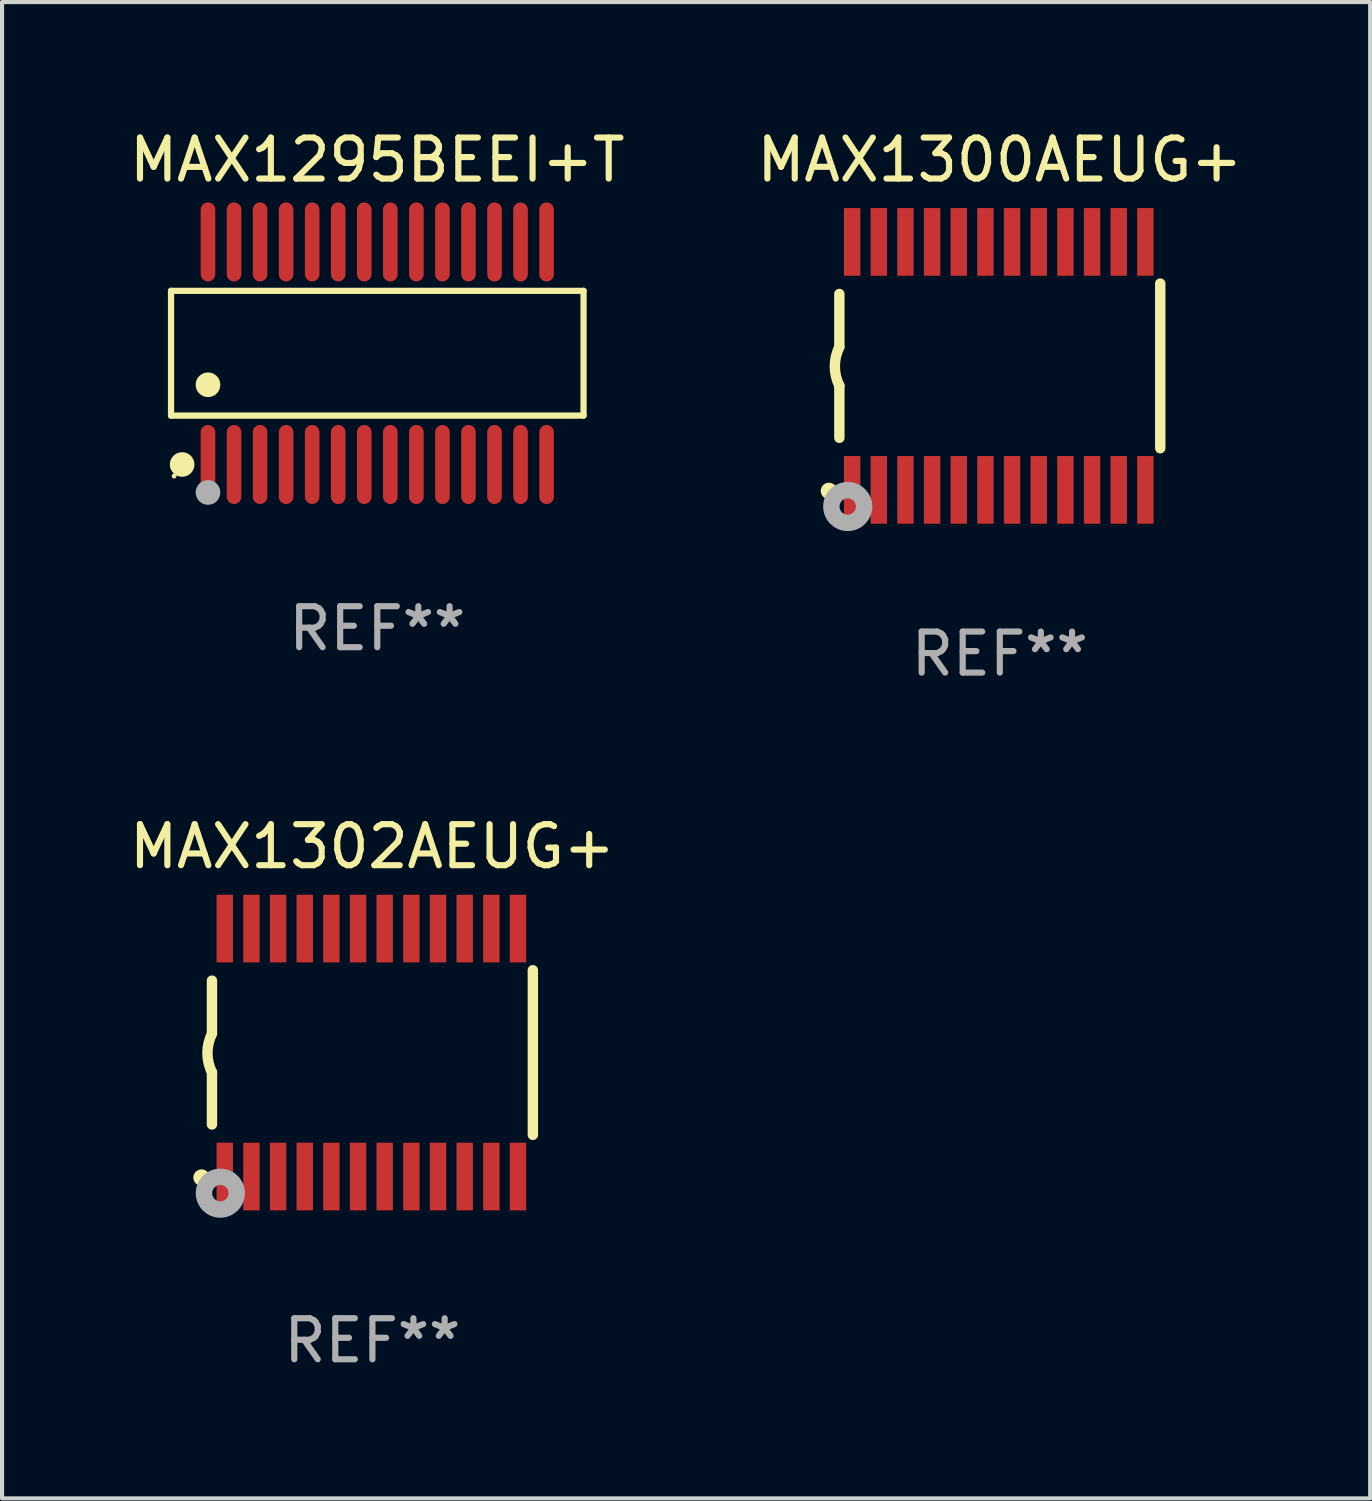
<source format=kicad_pcb>
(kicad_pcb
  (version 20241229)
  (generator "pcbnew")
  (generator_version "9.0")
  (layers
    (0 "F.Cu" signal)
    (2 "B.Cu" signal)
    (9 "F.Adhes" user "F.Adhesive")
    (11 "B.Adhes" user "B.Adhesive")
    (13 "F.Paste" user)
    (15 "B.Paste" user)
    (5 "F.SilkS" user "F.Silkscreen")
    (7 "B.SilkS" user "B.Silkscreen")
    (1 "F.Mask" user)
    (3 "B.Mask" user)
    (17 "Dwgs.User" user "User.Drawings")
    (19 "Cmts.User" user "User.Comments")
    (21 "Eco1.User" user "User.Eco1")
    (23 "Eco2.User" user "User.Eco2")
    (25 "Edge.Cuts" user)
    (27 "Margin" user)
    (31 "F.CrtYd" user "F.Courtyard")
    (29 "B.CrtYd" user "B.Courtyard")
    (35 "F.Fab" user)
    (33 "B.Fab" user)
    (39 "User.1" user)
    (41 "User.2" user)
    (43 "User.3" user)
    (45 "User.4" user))
  (footprint "MAX1295BEEI+T"
    (layer "F.Cu")
    (at 6.149 5.562)
    (property "Reference" "MAX1295BEEI+T" (at 0 -4.713 0) (layer "F.SilkS") (effects (font (size 1 1) (thickness 0.15))))
    (attr through_hole)
    (fp_line (start -5.029 -1.521) (end 5.029 -1.521) (stroke (width 0.152) (type solid)) (layer "F.SilkS"))
    (fp_line (start -5.029 1.521) (end -5.029 -1.521) (stroke (width 0.152) (type solid)) (layer "F.SilkS"))
    (fp_line (start 5.029 -1.521) (end 5.029 1.521) (stroke (width 0.152) (type solid)) (layer "F.SilkS"))
    (fp_line (start 5.029 1.521) (end -5.029 1.521) (stroke (width 0.152) (type solid)) (layer "F.SilkS"))
    (fp_circle (center -4.953 2.995) (end -4.923 2.995) (stroke (width 0.06) (type solid)) (fill no) (layer "F.SilkS"))
    (fp_circle (center -4.758 2.713) (end -4.608 2.713) (stroke (width 0.3) (type solid)) (fill no) (layer "F.SilkS"))
    (fp_circle (center -4.128 0.769) (end -3.977 0.769) (stroke (width 0.3) (type solid)) (fill no) (layer "F.SilkS"))
    (fp_circle (center -4.128 3.395) (end -3.977 3.395) (stroke (width 0.3) (type solid)) (fill no) (layer "F.Fab"))
    (fp_text user "REF**" (at 0 6.713 0) (layer "F.Fab") (effects (font (size 1 1) (thickness 0.15))))
    (pad "1" smd oval (at -4.128 2.713) (size 0.356 1.927) (layers "F.Cu" "F.Mask" "F.Paste"))
    (pad "2" smd oval (at -3.493 2.713) (size 0.356 1.927) (layers "F.Cu" "F.Mask" "F.Paste"))
    (pad "3" smd oval (at -2.858 2.713) (size 0.356 1.927) (layers "F.Cu" "F.Mask" "F.Paste"))
    (pad "4" smd oval (at -2.223 2.713) (size 0.356 1.927) (layers "F.Cu" "F.Mask" "F.Paste"))
    (pad "5" smd oval (at -1.588 2.713) (size 0.356 1.927) (layers "F.Cu" "F.Mask" "F.Paste"))
    (pad "6" smd oval (at -0.953 2.713) (size 0.356 1.927) (layers "F.Cu" "F.Mask" "F.Paste"))
    (pad "7" smd oval (at -0.318 2.713) (size 0.356 1.927) (layers "F.Cu" "F.Mask" "F.Paste"))
    (pad "8" smd oval (at 0.318 2.713) (size 0.356 1.927) (layers "F.Cu" "F.Mask" "F.Paste"))
    (pad "9" smd oval (at 0.953 2.713) (size 0.356 1.927) (layers "F.Cu" "F.Mask" "F.Paste"))
    (pad "10" smd oval (at 1.588 2.713) (size 0.356 1.927) (layers "F.Cu" "F.Mask" "F.Paste"))
    (pad "11" smd oval (at 2.223 2.713) (size 0.356 1.927) (layers "F.Cu" "F.Mask" "F.Paste"))
    (pad "12" smd oval (at 2.858 2.713) (size 0.356 1.927) (layers "F.Cu" "F.Mask" "F.Paste"))
    (pad "13" smd oval (at 3.493 2.713) (size 0.356 1.927) (layers "F.Cu" "F.Mask" "F.Paste"))
    (pad "14" smd oval (at 4.128 2.713) (size 0.356 1.927) (layers "F.Cu" "F.Mask" "F.Paste"))
    (pad "15" smd oval (at 4.128 -2.713) (size 0.356 1.927) (layers "F.Cu" "F.Mask" "F.Paste"))
    (pad "16" smd oval (at 3.493 -2.713) (size 0.356 1.927) (layers "F.Cu" "F.Mask" "F.Paste"))
    (pad "17" smd oval (at 2.858 -2.713) (size 0.356 1.927) (layers "F.Cu" "F.Mask" "F.Paste"))
    (pad "18" smd oval (at 2.223 -2.713) (size 0.356 1.927) (layers "F.Cu" "F.Mask" "F.Paste"))
    (pad "19" smd oval (at 1.588 -2.713) (size 0.356 1.927) (layers "F.Cu" "F.Mask" "F.Paste"))
    (pad "20" smd oval (at 0.953 -2.713) (size 0.356 1.927) (layers "F.Cu" "F.Mask" "F.Paste"))
    (pad "21" smd oval (at 0.318 -2.713) (size 0.356 1.927) (layers "F.Cu" "F.Mask" "F.Paste"))
    (pad "22" smd oval (at -0.318 -2.713) (size 0.356 1.927) (layers "F.Cu" "F.Mask" "F.Paste"))
    (pad "23" smd oval (at -0.953 -2.713) (size 0.356 1.927) (layers "F.Cu" "F.Mask" "F.Paste"))
    (pad "24" smd oval (at -1.588 -2.713) (size 0.356 1.927) (layers "F.Cu" "F.Mask" "F.Paste"))
    (pad "25" smd oval (at -2.223 -2.713) (size 0.356 1.927) (layers "F.Cu" "F.Mask" "F.Paste"))
    (pad "26" smd oval (at -2.858 -2.713) (size 0.356 1.927) (layers "F.Cu" "F.Mask" "F.Paste"))
    (pad "27" smd oval (at -3.493 -2.713) (size 0.356 1.927) (layers "F.Cu" "F.Mask" "F.Paste"))
    (pad "28" smd oval (at -4.128 -2.713) (size 0.356 1.927) (layers "F.Cu" "F.Mask" "F.Paste")))
  (footprint "MAX1302AEUG+"
    (layer "F.Cu")
    (at 6.03 22.613)
    (property "Reference" "MAX1302AEUG+" (at 0 -5.023 0) (layer "F.SilkS") (effects (font (size 1 1) (thickness 0.15))))
    (attr through_hole)
    (fp_line (start -3.912 -0.483) (end -3.912 -1.753) (stroke (width 0.254) (type solid)) (layer "F.SilkS"))
    (fp_line (start -3.912 1.753) (end -3.912 0.483) (stroke (width 0.254) (type solid)) (layer "F.SilkS"))
    (fp_line (start 3.912 -2.007) (end 3.912 2.007) (stroke (width 0.254) (type solid)) (layer "F.SilkS"))
    (fp_arc (start -3.911608 0.482601) (mid -4.022537 0.0127) (end -3.911608 -0.457201) (stroke (width 0.254001) (type solid)) (layer "F.SilkS"))
    (fp_circle (center -4.166 3.048) (end -4.066 3.048) (stroke (width 0.2) (type solid)) (fill no) (layer "F.SilkS"))
    (fp_circle (center -3.925 3.186) (end -3.895 3.186) (stroke (width 0.06) (type solid)) (fill no) (layer "F.SilkS"))
    (fp_circle (center -3.708 3.429) (end -3.509 3.429) (stroke (width 0.4) (type solid)) (fill no) (layer "F.Fab"))
    (fp_text user "REF**" (at 0 7.023 0) (layer "F.Fab") (effects (font (size 1 1) (thickness 0.15))))
    (pad "1" smd rect (at -3.6 3.023) (size 0.4 1.65) (layers "F.Cu" "F.Mask" "F.Paste"))
    (pad "2" smd rect (at -2.95 3.023) (size 0.4 1.65) (layers "F.Cu" "F.Mask" "F.Paste"))
    (pad "3" smd rect (at -2.3 3.023) (size 0.4 1.65) (layers "F.Cu" "F.Mask" "F.Paste"))
    (pad "4" smd rect (at -1.65 3.023) (size 0.4 1.65) (layers "F.Cu" "F.Mask" "F.Paste"))
    (pad "5" smd rect (at -1 3.023) (size 0.4 1.65) (layers "F.Cu" "F.Mask" "F.Paste"))
    (pad "6" smd rect (at -0.35 3.023) (size 0.4 1.65) (layers "F.Cu" "F.Mask" "F.Paste"))
    (pad "7" smd rect (at 0.299 3.023) (size 0.4 1.65) (layers "F.Cu" "F.Mask" "F.Paste"))
    (pad "8" smd rect (at 0.95 3.023) (size 0.4 1.65) (layers "F.Cu" "F.Mask" "F.Paste"))
    (pad "9" smd rect (at 1.6 3.023) (size 0.4 1.65) (layers "F.Cu" "F.Mask" "F.Paste"))
    (pad "10" smd rect (at 2.25 3.023) (size 0.4 1.65) (layers "F.Cu" "F.Mask" "F.Paste"))
    (pad "11" smd rect (at 2.9 3.023) (size 0.4 1.65) (layers "F.Cu" "F.Mask" "F.Paste"))
    (pad "12" smd rect (at 3.549 3.023) (size 0.4 1.65) (layers "F.Cu" "F.Mask" "F.Paste"))
    (pad "13" smd rect (at 3.549 -3.023) (size 0.4 1.65) (layers "F.Cu" "F.Mask" "F.Paste"))
    (pad "14" smd rect (at 2.9 -3.023) (size 0.4 1.65) (layers "F.Cu" "F.Mask" "F.Paste"))
    (pad "15" smd rect (at 2.25 -3.023) (size 0.4 1.65) (layers "F.Cu" "F.Mask" "F.Paste"))
    (pad "16" smd rect (at 1.6 -3.023) (size 0.4 1.65) (layers "F.Cu" "F.Mask" "F.Paste"))
    (pad "17" smd rect (at 0.95 -3.023) (size 0.4 1.65) (layers "F.Cu" "F.Mask" "F.Paste"))
    (pad "18" smd rect (at 0.299 -3.023) (size 0.4 1.65) (layers "F.Cu" "F.Mask" "F.Paste"))
    (pad "19" smd rect (at -0.35 -3.023) (size 0.4 1.65) (layers "F.Cu" "F.Mask" "F.Paste"))
    (pad "20" smd rect (at -1 -3.023) (size 0.4 1.65) (layers "F.Cu" "F.Mask" "F.Paste"))
    (pad "21" smd rect (at -1.65 -3.023) (size 0.4 1.65) (layers "F.Cu" "F.Mask" "F.Paste"))
    (pad "22" smd rect (at -2.3 -3.023) (size 0.4 1.65) (layers "F.Cu" "F.Mask" "F.Paste"))
    (pad "23" smd rect (at -2.95 -3.023) (size 0.4 1.65) (layers "F.Cu" "F.Mask" "F.Paste"))
    (pad "24" smd rect (at -3.6 -3.023) (size 0.4 1.65) (layers "F.Cu" "F.Mask" "F.Paste")))
  (footprint "MAX1300AEUG+"
    (layer "F.Cu")
    (at 21.327 5.871)
    (property "Reference" "MAX1300AEUG+" (at 0 -5.023 0) (layer "F.SilkS") (effects (font (size 1 1) (thickness 0.15))))
    (attr through_hole)
    (fp_line (start -3.912 -0.483) (end -3.912 -1.753) (stroke (width 0.254) (type solid)) (layer "F.SilkS"))
    (fp_line (start -3.912 1.753) (end -3.912 0.483) (stroke (width 0.254) (type solid)) (layer "F.SilkS"))
    (fp_line (start 3.912 -2.007) (end 3.912 2.007) (stroke (width 0.254) (type solid)) (layer "F.SilkS"))
    (fp_arc (start -3.911608 0.482601) (mid -4.022537 0.0127) (end -3.911608 -0.457201) (stroke (width 0.254001) (type solid)) (layer "F.SilkS"))
    (fp_circle (center -4.166 3.048) (end -4.066 3.048) (stroke (width 0.2) (type solid)) (fill no) (layer "F.SilkS"))
    (fp_circle (center -3.925 3.186) (end -3.895 3.186) (stroke (width 0.06) (type solid)) (fill no) (layer "F.SilkS"))
    (fp_circle (center -3.708 3.429) (end -3.509 3.429) (stroke (width 0.4) (type solid)) (fill no) (layer "F.Fab"))
    (fp_text user "REF**" (at 0 7.023 0) (layer "F.Fab") (effects (font (size 1 1) (thickness 0.15))))
    (pad "1" smd rect (at -3.6 3.023) (size 0.4 1.65) (layers "F.Cu" "F.Mask" "F.Paste"))
    (pad "2" smd rect (at -2.95 3.023) (size 0.4 1.65) (layers "F.Cu" "F.Mask" "F.Paste"))
    (pad "3" smd rect (at -2.3 3.023) (size 0.4 1.65) (layers "F.Cu" "F.Mask" "F.Paste"))
    (pad "4" smd rect (at -1.65 3.023) (size 0.4 1.65) (layers "F.Cu" "F.Mask" "F.Paste"))
    (pad "5" smd rect (at -1 3.023) (size 0.4 1.65) (layers "F.Cu" "F.Mask" "F.Paste"))
    (pad "6" smd rect (at -0.35 3.023) (size 0.4 1.65) (layers "F.Cu" "F.Mask" "F.Paste"))
    (pad "7" smd rect (at 0.299 3.023) (size 0.4 1.65) (layers "F.Cu" "F.Mask" "F.Paste"))
    (pad "8" smd rect (at 0.95 3.023) (size 0.4 1.65) (layers "F.Cu" "F.Mask" "F.Paste"))
    (pad "9" smd rect (at 1.6 3.023) (size 0.4 1.65) (layers "F.Cu" "F.Mask" "F.Paste"))
    (pad "10" smd rect (at 2.25 3.023) (size 0.4 1.65) (layers "F.Cu" "F.Mask" "F.Paste"))
    (pad "11" smd rect (at 2.9 3.023) (size 0.4 1.65) (layers "F.Cu" "F.Mask" "F.Paste"))
    (pad "12" smd rect (at 3.549 3.023) (size 0.4 1.65) (layers "F.Cu" "F.Mask" "F.Paste"))
    (pad "13" smd rect (at 3.549 -3.023) (size 0.4 1.65) (layers "F.Cu" "F.Mask" "F.Paste"))
    (pad "14" smd rect (at 2.9 -3.023) (size 0.4 1.65) (layers "F.Cu" "F.Mask" "F.Paste"))
    (pad "15" smd rect (at 2.25 -3.023) (size 0.4 1.65) (layers "F.Cu" "F.Mask" "F.Paste"))
    (pad "16" smd rect (at 1.6 -3.023) (size 0.4 1.65) (layers "F.Cu" "F.Mask" "F.Paste"))
    (pad "17" smd rect (at 0.95 -3.023) (size 0.4 1.65) (layers "F.Cu" "F.Mask" "F.Paste"))
    (pad "18" smd rect (at 0.299 -3.023) (size 0.4 1.65) (layers "F.Cu" "F.Mask" "F.Paste"))
    (pad "19" smd rect (at -0.35 -3.023) (size 0.4 1.65) (layers "F.Cu" "F.Mask" "F.Paste"))
    (pad "20" smd rect (at -1 -3.023) (size 0.4 1.65) (layers "F.Cu" "F.Mask" "F.Paste"))
    (pad "21" smd rect (at -1.65 -3.023) (size 0.4 1.65) (layers "F.Cu" "F.Mask" "F.Paste"))
    (pad "22" smd rect (at -2.3 -3.023) (size 0.4 1.65) (layers "F.Cu" "F.Mask" "F.Paste"))
    (pad "23" smd rect (at -2.95 -3.023) (size 0.4 1.65) (layers "F.Cu" "F.Mask" "F.Paste"))
    (pad "24" smd rect (at -3.6 -3.023) (size 0.4 1.65) (layers "F.Cu" "F.Mask" "F.Paste")))
  (gr_rect
    (start -3 -3)
    (end 30.357 33.483)
    (stroke (width 0.1) (type default))
    (fill no)
    (layer "Edge.Cuts")))
</source>
